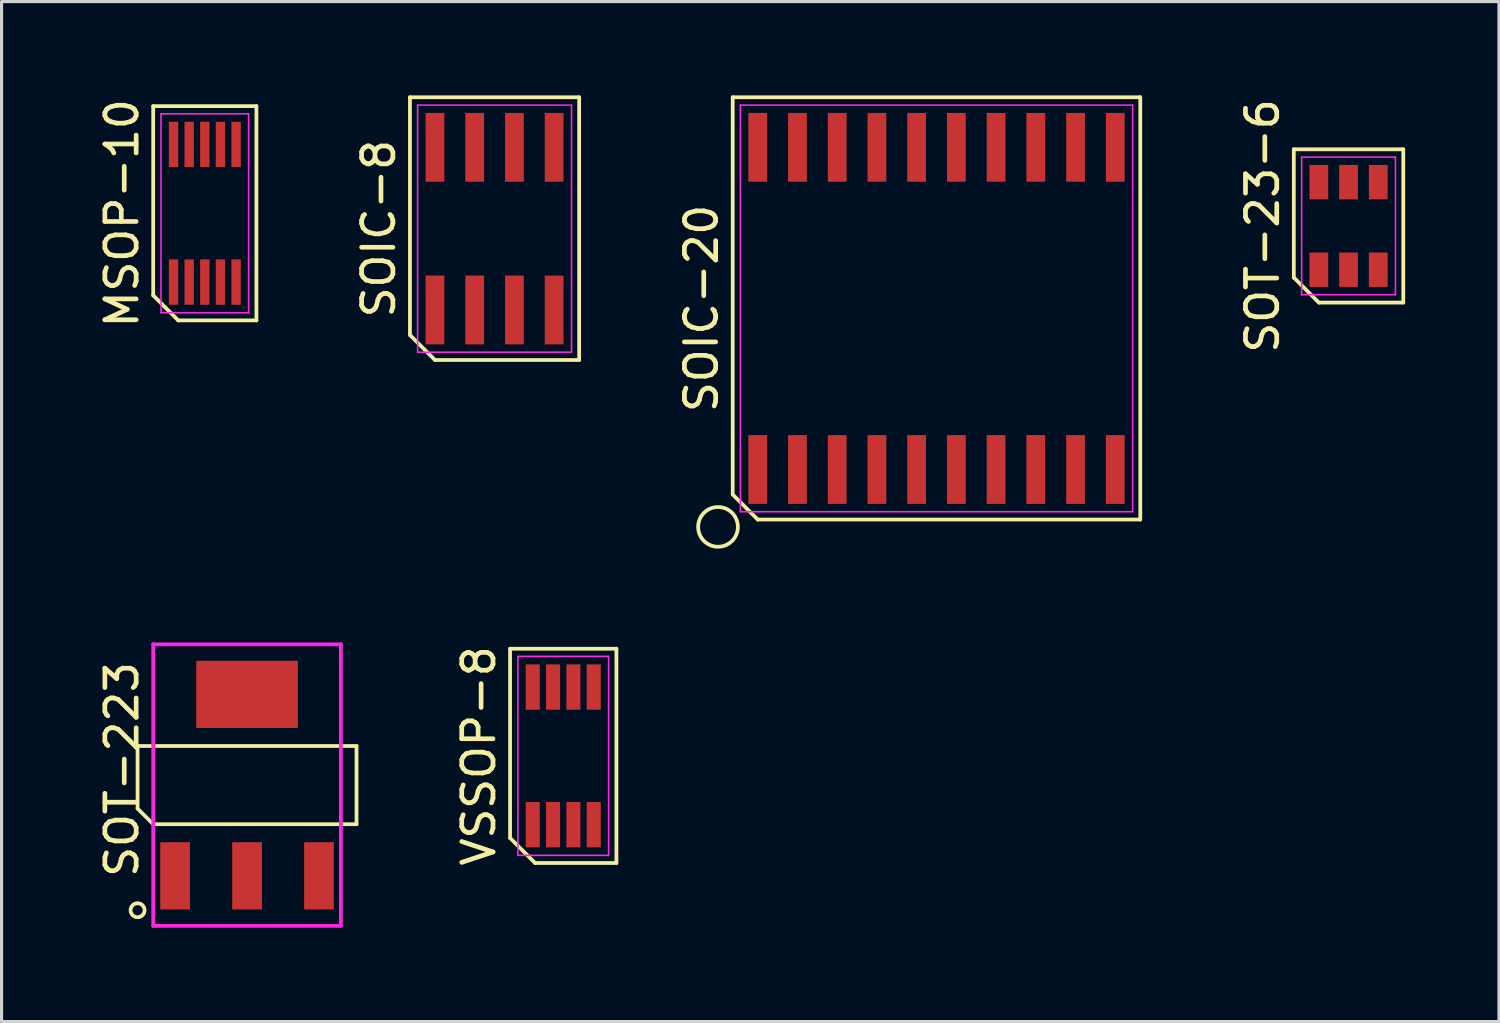
<source format=kicad_pcb>
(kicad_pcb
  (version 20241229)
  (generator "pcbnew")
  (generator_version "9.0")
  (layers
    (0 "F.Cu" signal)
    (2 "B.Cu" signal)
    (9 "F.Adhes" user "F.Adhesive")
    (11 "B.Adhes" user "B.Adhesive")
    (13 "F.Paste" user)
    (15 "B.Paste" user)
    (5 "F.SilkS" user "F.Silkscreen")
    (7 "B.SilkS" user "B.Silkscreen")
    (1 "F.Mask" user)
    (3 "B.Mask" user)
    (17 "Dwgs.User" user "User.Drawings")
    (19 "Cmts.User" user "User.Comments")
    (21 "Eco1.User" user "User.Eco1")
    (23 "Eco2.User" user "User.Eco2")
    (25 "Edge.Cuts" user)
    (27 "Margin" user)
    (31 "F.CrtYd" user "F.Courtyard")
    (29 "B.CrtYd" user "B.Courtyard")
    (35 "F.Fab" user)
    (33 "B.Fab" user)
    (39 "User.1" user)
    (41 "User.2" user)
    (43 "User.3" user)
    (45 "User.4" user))
  (footprint "VSSOP-8"
    (layer "F.Cu")
    (at 14.957 21.115)
    (property "Reference" "VSSOP-8" (at -2.7 0 90) (layer "F.SilkS") (effects (font (size 1 1) (thickness 0.15))))
    (attr smd)
    (fp_line (start -1.7 -3.425) (end 1.7 -3.425) (stroke (width 0.12) (type solid)) (layer "F.SilkS"))
    (fp_line (start -1.7 2.625) (end -1.7 -3.425) (stroke (width 0.12) (type solid)) (layer "F.SilkS"))
    (fp_line (start -0.9 3.425) (end -1.7 2.625) (stroke (width 0.12) (type solid)) (layer "F.SilkS"))
    (fp_line (start 1.7 -3.425) (end 1.7 3.425) (stroke (width 0.12) (type solid)) (layer "F.SilkS"))
    (fp_line (start 1.7 3.425) (end -0.9 3.425) (stroke (width 0.12) (type solid)) (layer "F.SilkS"))
    (fp_line (start -1.45 -3.18) (end 1.45 -3.18) (stroke (width 0.05) (type solid)) (layer "F.CrtYd"))
    (fp_line (start -1.45 3.18) (end -1.45 -3.18) (stroke (width 0.05) (type solid)) (layer "F.CrtYd"))
    (fp_line (start 1.45 -3.18) (end 1.45 3.18) (stroke (width 0.05) (type solid)) (layer "F.CrtYd"))
    (fp_line (start 1.45 3.18) (end -1.45 3.18) (stroke (width 0.05) (type solid)) (layer "F.CrtYd"))
    (pad "1" smd rect (at -0.975 2.2) (size 0.45 1.45) (layers "F.Cu" "F.Mask" "F.Paste"))
    (pad "2" smd rect (at -0.325 2.2) (size 0.45 1.45) (layers "F.Cu" "F.Mask" "F.Paste"))
    (pad "3" smd rect (at 0.325 2.2) (size 0.45 1.45) (layers "F.Cu" "F.Mask" "F.Paste"))
    (pad "4" smd rect (at 0.975 2.2) (size 0.45 1.45) (layers "F.Cu" "F.Mask" "F.Paste"))
    (pad "5" smd rect (at 0.975 -2.2) (size 0.45 1.45) (layers "F.Cu" "F.Mask" "F.Paste"))
    (pad "6" smd rect (at 0.325 -2.2) (size 0.45 1.45) (layers "F.Cu" "F.Mask" "F.Paste"))
    (pad "7" smd rect (at -0.325 -2.2) (size 0.45 1.45) (layers "F.Cu" "F.Mask" "F.Paste"))
    (pad "8" smd rect (at -0.975 -2.2) (size 0.45 1.45) (layers "F.Cu" "F.Mask" "F.Paste")))
  (footprint "SOT-23-6"
    (layer "F.Cu")
    (at 40.063 4.173)
    (property "Reference" "SOT-23-6" (at -2.75 0 90) (layer "F.SilkS") (effects (font (size 1 1) (thickness 0.15))))
    (attr smd)
    (fp_line (start -1.75 -2.45) (end 1.75 -2.45) (stroke (width 0.12) (type solid)) (layer "F.SilkS"))
    (fp_line (start -1.75 1.65) (end -1.75 -2.45) (stroke (width 0.12) (type solid)) (layer "F.SilkS"))
    (fp_line (start -0.95 2.45) (end -1.75 1.65) (stroke (width 0.12) (type solid)) (layer "F.SilkS"))
    (fp_line (start 1.75 -2.45) (end 1.75 2.45) (stroke (width 0.12) (type solid)) (layer "F.SilkS"))
    (fp_line (start 1.75 2.45) (end -0.95 2.45) (stroke (width 0.12) (type solid)) (layer "F.SilkS"))
    (fp_line (start -1.5 -2.2) (end 1.5 -2.2) (stroke (width 0.05) (type solid)) (layer "F.CrtYd"))
    (fp_line (start -1.5 2.2) (end -1.5 -2.2) (stroke (width 0.05) (type solid)) (layer "F.CrtYd"))
    (fp_line (start 1.5 -2.2) (end 1.5 2.2) (stroke (width 0.05) (type solid)) (layer "F.CrtYd"))
    (fp_line (start 1.5 2.2) (end -1.5 2.2) (stroke (width 0.05) (type solid)) (layer "F.CrtYd"))
    (pad "1" smd rect (at -0.95 1.4) (size 0.6 1.1) (layers "F.Cu" "F.Mask" "F.Paste"))
    (pad "2" smd rect (at 0 1.4) (size 0.6 1.1) (layers "F.Cu" "F.Mask" "F.Paste"))
    (pad "3" smd rect (at 0.95 1.4) (size 0.6 1.1) (layers "F.Cu" "F.Mask" "F.Paste"))
    (pad "4" smd rect (at 0.95 -1.4) (size 0.6 1.1) (layers "F.Cu" "F.Mask" "F.Paste"))
    (pad "5" smd rect (at 0 -1.4) (size 0.6 1.1) (layers "F.Cu" "F.Mask" "F.Paste"))
    (pad "6" smd rect (at -0.95 -1.4) (size 0.6 1.1) (layers "F.Cu" "F.Mask" "F.Paste")))
  (footprint "SOIC-8"
    (layer "F.Cu")
    (at 12.761 4.26)
    (property "Reference" "SOIC-8" (at -3.705 0 90) (layer "F.SilkS") (effects (font (size 1 1) (thickness 0.15))))
    (attr smd)
    (fp_line (start -2.705 -4.2) (end 2.705 -4.2) (stroke (width 0.12) (type solid)) (layer "F.SilkS"))
    (fp_line (start -2.705 3.4) (end -2.705 -4.2) (stroke (width 0.12) (type solid)) (layer "F.SilkS"))
    (fp_line (start -1.905 4.2) (end -2.705 3.4) (stroke (width 0.12) (type solid)) (layer "F.SilkS"))
    (fp_line (start 2.705 -4.2) (end 2.705 4.2) (stroke (width 0.12) (type solid)) (layer "F.SilkS"))
    (fp_line (start 2.705 4.2) (end -1.905 4.2) (stroke (width 0.12) (type solid)) (layer "F.SilkS"))
    (fp_line (start -2.46 -3.95) (end 2.46 -3.95) (stroke (width 0.05) (type solid)) (layer "F.CrtYd"))
    (fp_line (start -2.46 3.95) (end -2.46 -3.95) (stroke (width 0.05) (type solid)) (layer "F.CrtYd"))
    (fp_line (start 2.46 -3.95) (end 2.46 3.95) (stroke (width 0.05) (type solid)) (layer "F.CrtYd"))
    (fp_line (start 2.46 3.95) (end -2.46 3.95) (stroke (width 0.05) (type solid)) (layer "F.CrtYd"))
    (pad "1" smd rect (at -1.905 2.6) (size 0.6 2.2) (layers "F.Cu" "F.Mask" "F.Paste"))
    (pad "2" smd rect (at -0.635 2.6) (size 0.6 2.2) (layers "F.Cu" "F.Mask" "F.Paste"))
    (pad "3" smd rect (at 0.635 2.6) (size 0.6 2.2) (layers "F.Cu" "F.Mask" "F.Paste"))
    (pad "4" smd rect (at 1.905 2.6) (size 0.6 2.2) (layers "F.Cu" "F.Mask" "F.Paste"))
    (pad "5" smd rect (at 1.905 -2.6) (size 0.6 2.2) (layers "F.Cu" "F.Mask" "F.Paste"))
    (pad "6" smd rect (at 0.635 -2.6) (size 0.6 2.2) (layers "F.Cu" "F.Mask" "F.Paste"))
    (pad "7" smd rect (at -0.635 -2.6) (size 0.6 2.2) (layers "F.Cu" "F.Mask" "F.Paste"))
    (pad "8" smd rect (at -1.905 -2.6) (size 0.6 2.2) (layers "F.Cu" "F.Mask" "F.Paste")))
  (footprint "MSOP-10"
    (layer "F.Cu")
    (at 3.498 3.768)
    (property "Reference" "MSOP-10" (at -2.65 0 90) (layer "F.SilkS") (effects (font (size 1 1) (thickness 0.15))))
    (attr smd)
    (fp_line (start -1.65 -3.425) (end 1.65 -3.425) (stroke (width 0.12) (type solid)) (layer "F.SilkS"))
    (fp_line (start -1.65 2.625) (end -1.65 -3.425) (stroke (width 0.12) (type solid)) (layer "F.SilkS"))
    (fp_line (start -0.85 3.425) (end -1.65 2.625) (stroke (width 0.12) (type solid)) (layer "F.SilkS"))
    (fp_line (start 1.65 -3.425) (end 1.65 3.425) (stroke (width 0.12) (type solid)) (layer "F.SilkS"))
    (fp_line (start 1.65 3.425) (end -0.85 3.425) (stroke (width 0.12) (type solid)) (layer "F.SilkS"))
    (fp_line (start -1.4 -3.18) (end 1.4 -3.18) (stroke (width 0.05) (type solid)) (layer "F.CrtYd"))
    (fp_line (start -1.4 3.18) (end -1.4 -3.18) (stroke (width 0.05) (type solid)) (layer "F.CrtYd"))
    (fp_line (start 1.4 -3.18) (end 1.4 3.18) (stroke (width 0.05) (type solid)) (layer "F.CrtYd"))
    (fp_line (start 1.4 3.18) (end -1.4 3.18) (stroke (width 0.05) (type solid)) (layer "F.CrtYd"))
    (pad "1" smd rect (at -1 2.2) (size 0.3 1.45) (layers "F.Cu" "F.Mask" "F.Paste"))
    (pad "2" smd rect (at -0.5 2.2) (size 0.3 1.45) (layers "F.Cu" "F.Mask" "F.Paste"))
    (pad "3" smd rect (at 0 2.2) (size 0.3 1.45) (layers "F.Cu" "F.Mask" "F.Paste"))
    (pad "4" smd rect (at 0.5 2.2) (size 0.3 1.45) (layers "F.Cu" "F.Mask" "F.Paste"))
    (pad "5" smd rect (at 1 2.2) (size 0.3 1.45) (layers "F.Cu" "F.Mask" "F.Paste"))
    (pad "6" smd rect (at 1 -2.2) (size 0.3 1.45) (layers "F.Cu" "F.Mask" "F.Paste"))
    (pad "7" smd rect (at 0.5 -2.2) (size 0.3 1.45) (layers "F.Cu" "F.Mask" "F.Paste"))
    (pad "8" smd rect (at 0 -2.2) (size 0.3 1.45) (layers "F.Cu" "F.Mask" "F.Paste"))
    (pad "9" smd rect (at -0.5 -2.2) (size 0.3 1.45) (layers "F.Cu" "F.Mask" "F.Paste"))
    (pad "10" smd rect (at -1 -2.2) (size 0.3 1.45) (layers "F.Cu" "F.Mask" "F.Paste")))
  (footprint "SOIC-20"
    (layer "F.Cu")
    (at 26.89 6.81)
    (property "Reference" "SOIC-20" (at -7.515 0 90) (layer "F.SilkS") (effects (font (size 1 1) (thickness 0.15))))
    (attr smd)
    (fp_line (start -6.515 -6.75) (end 6.515 -6.75) (stroke (width 0.12) (type solid)) (layer "F.SilkS"))
    (fp_line (start -6.515 5.95) (end -6.515 -6.75) (stroke (width 0.12) (type solid)) (layer "F.SilkS"))
    (fp_line (start -5.715 6.75) (end -6.515 5.95) (stroke (width 0.12) (type solid)) (layer "F.SilkS"))
    (fp_line (start 6.515 -6.75) (end 6.515 6.75) (stroke (width 0.12) (type solid)) (layer "F.SilkS"))
    (fp_line (start 6.515 6.75) (end -5.715 6.75) (stroke (width 0.12) (type solid)) (layer "F.SilkS"))
    (fp_circle (center -6.985 6.985) (end -6.985 7.62) (stroke (width 0.12) (type solid)) (fill no) (layer "F.SilkS"))
    (fp_line (start -6.27 -6.5) (end 6.27 -6.5) (stroke (width 0.05) (type solid)) (layer "F.CrtYd"))
    (fp_line (start -6.27 6.5) (end -6.27 -6.5) (stroke (width 0.05) (type solid)) (layer "F.CrtYd"))
    (fp_line (start 6.27 -6.5) (end 6.27 6.5) (stroke (width 0.05) (type solid)) (layer "F.CrtYd"))
    (fp_line (start 6.27 6.5) (end -6.27 6.5) (stroke (width 0.05) (type solid)) (layer "F.CrtYd"))
    (pad "1" smd rect (at -5.715 5.15) (size 0.6 2.2) (layers "F.Cu" "F.Mask" "F.Paste"))
    (pad "2" smd rect (at -4.445 5.15) (size 0.6 2.2) (layers "F.Cu" "F.Mask" "F.Paste"))
    (pad "3" smd rect (at -3.175 5.15) (size 0.6 2.2) (layers "F.Cu" "F.Mask" "F.Paste"))
    (pad "4" smd rect (at -1.905 5.15) (size 0.6 2.2) (layers "F.Cu" "F.Mask" "F.Paste"))
    (pad "5" smd rect (at -0.635 5.15) (size 0.6 2.2) (layers "F.Cu" "F.Mask" "F.Paste"))
    (pad "6" smd rect (at 0.635 5.15) (size 0.6 2.2) (layers "F.Cu" "F.Mask" "F.Paste"))
    (pad "7" smd rect (at 1.905 5.15) (size 0.6 2.2) (layers "F.Cu" "F.Mask" "F.Paste"))
    (pad "8" smd rect (at 3.175 5.15) (size 0.6 2.2) (layers "F.Cu" "F.Mask" "F.Paste"))
    (pad "9" smd rect (at 4.445 5.15) (size 0.6 2.2) (layers "F.Cu" "F.Mask" "F.Paste"))
    (pad "10" smd rect (at 5.715 5.15) (size 0.6 2.2) (layers "F.Cu" "F.Mask" "F.Paste"))
    (pad "11" smd rect (at 5.715 -5.15) (size 0.6 2.2) (layers "F.Cu" "F.Mask" "F.Paste"))
    (pad "12" smd rect (at 4.445 -5.15) (size 0.6 2.2) (layers "F.Cu" "F.Mask" "F.Paste"))
    (pad "13" smd rect (at 3.175 -5.15) (size 0.6 2.2) (layers "F.Cu" "F.Mask" "F.Paste"))
    (pad "14" smd rect (at 1.905 -5.15) (size 0.6 2.2) (layers "F.Cu" "F.Mask" "F.Paste"))
    (pad "15" smd rect (at 0.635 -5.15) (size 0.6 2.2) (layers "F.Cu" "F.Mask" "F.Paste"))
    (pad "16" smd rect (at -0.635 -5.15) (size 0.6 2.2) (layers "F.Cu" "F.Mask" "F.Paste"))
    (pad "17" smd rect (at -1.905 -5.15) (size 0.6 2.2) (layers "F.Cu" "F.Mask" "F.Paste"))
    (pad "18" smd rect (at -3.175 -5.15) (size 0.6 2.2) (layers "F.Cu" "F.Mask" "F.Paste"))
    (pad "19" smd rect (at -4.445 -5.15) (size 0.6 2.2) (layers "F.Cu" "F.Mask" "F.Paste"))
    (pad "20" smd rect (at -5.715 -5.15) (size 0.6 2.2) (layers "F.Cu" "F.Mask" "F.Paste")))
  (footprint "SOT-223"
    (layer "F.Cu")
    (at 4.848 22.05)
    (property "Reference" "SOT-223" (at -4 -0.5 90) (layer "F.SilkS") (effects (font (size 1 1) (thickness 0.15))))
    (attr through_hole)
    (fp_line (start -3.5 -1.25) (end -3.5 0.75) (stroke (width 0.12) (type solid)) (layer "F.SilkS"))
    (fp_line (start -3.5 0.75) (end -3 1.25) (stroke (width 0.12) (type solid)) (layer "F.SilkS"))
    (fp_line (start -3 1.25) (end 3.5 1.25) (stroke (width 0.12) (type solid)) (layer "F.SilkS"))
    (fp_line (start 3.5 -1.25) (end -3.5 -1.25) (stroke (width 0.12) (type solid)) (layer "F.SilkS"))
    (fp_line (start 3.5 1.25) (end 3.5 -1.25) (stroke (width 0.12) (type solid)) (layer "F.SilkS"))
    (fp_circle (center -3.5 4) (end -3.4 4.2) (stroke (width 0.12) (type solid)) (fill no) (layer "F.SilkS"))
    (fp_line (start -3 -4.5) (end 3 -4.5) (stroke (width 0.12) (type solid)) (layer "F.CrtYd"))
    (fp_line (start -3 4.5) (end -3 -4.5) (stroke (width 0.12) (type solid)) (layer "F.CrtYd"))
    (fp_line (start 3 -4.5) (end 3 4.5) (stroke (width 0.12) (type solid)) (layer "F.CrtYd"))
    (fp_line (start 3 4.5) (end -3 4.5) (stroke (width 0.12) (type solid)) (layer "F.CrtYd"))
    (pad "1" smd rect (at -2.3 2.9) (size 0.95 2.15) (layers "F.Cu" "F.Mask" "F.Paste"))
    (pad "2" smd rect (at 0 2.9) (size 0.95 2.15) (layers "F.Cu" "F.Mask" "F.Paste"))
    (pad "3" smd rect (at 2.3 2.9) (size 0.95 2.15) (layers "F.Cu" "F.Mask" "F.Paste"))
    (pad "4" smd rect (at 0 -2.9) (size 3.25 2.15) (layers "F.Cu" "F.Mask" "F.Paste")))
  (gr_rect
    (start -3 -3)
    (end 44.873 29.61)
    (stroke (width 0.1) (type default))
    (fill no)
    (layer "Edge.Cuts")))
</source>
